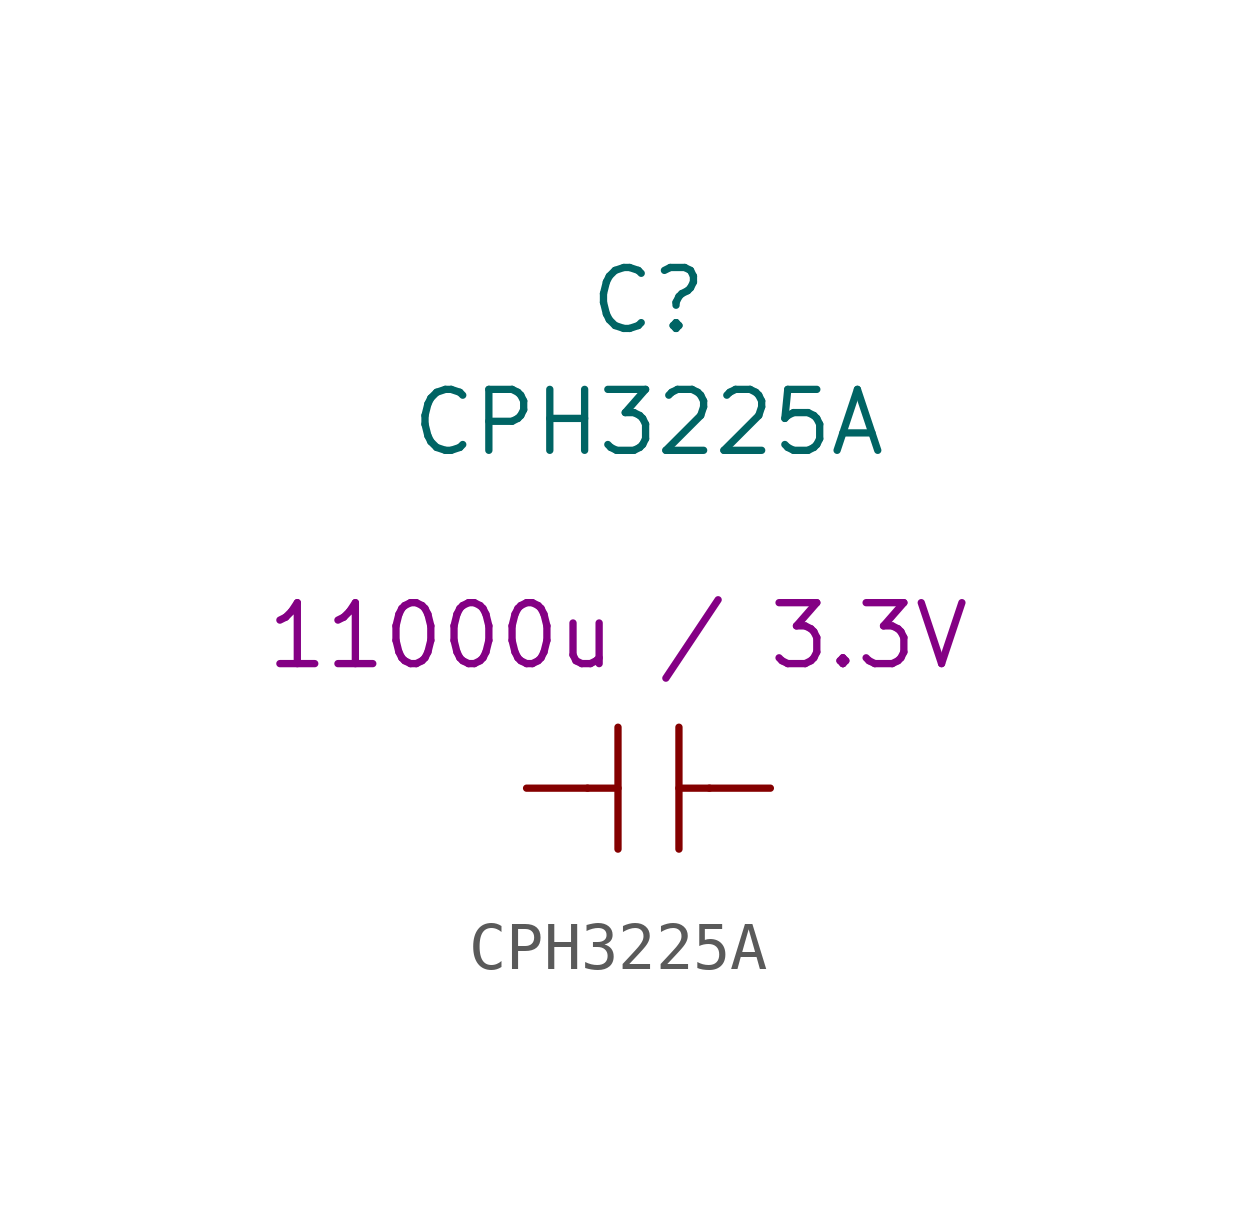
<source format=kicad_sym>
(kicad_symbol_lib
  (version 20220914)
  (generator kicad_symbol_editor)
  (symbol "CPH3225A"
    (pin_numbers hide)
    (pin_names
      (offset 1.016) hide)
    (property "Reference" "C"
      (at 0 10.16 0)
      (effects (font (size 1.27 1.27))))
    (property "Value" "CPH3225A"
      (at 0 7.62 0)
      (effects (font (size 1.27 1.27))))
    (property "Rating" "11000u / 3.3V"
      (at -0.635 3.175 0)
      (effects (font (size 1.27 1.27))))
    (symbol "CPH3225A_0_1"
      (polyline (pts (xy -1.27 0) (xy -0.635 0)) (stroke (width 0) (type solid)) (fill (type none)))
      (polyline (pts (xy -0.635 1.27) (xy -0.635 -1.27)) (stroke (width 0) (type solid)) (fill (type none)))
      (polyline (pts (xy 0.635 1.27) (xy 0.635 -1.27)) (stroke (width 0) (type solid)) (fill (type none)))
      (polyline (pts (xy 1.27 0) (xy 0.635 0)) (stroke (width 0) (type solid)) (fill (type none))))
    (symbol "CPH3225A_1_1"
      (pin passive line (at -2.54 0 0) (length 1.27) (name "1" (effects (font (size 1.27 1.27)))) (number "1" (effects (font (size 1.27 1.27)))))
      (pin passive line (at 2.54 0 180) (length 1.27) (name "2" (effects (font (size 1.27 1.27)))) (number "2" (effects (font (size 1.27 1.27))))))))
</source>
